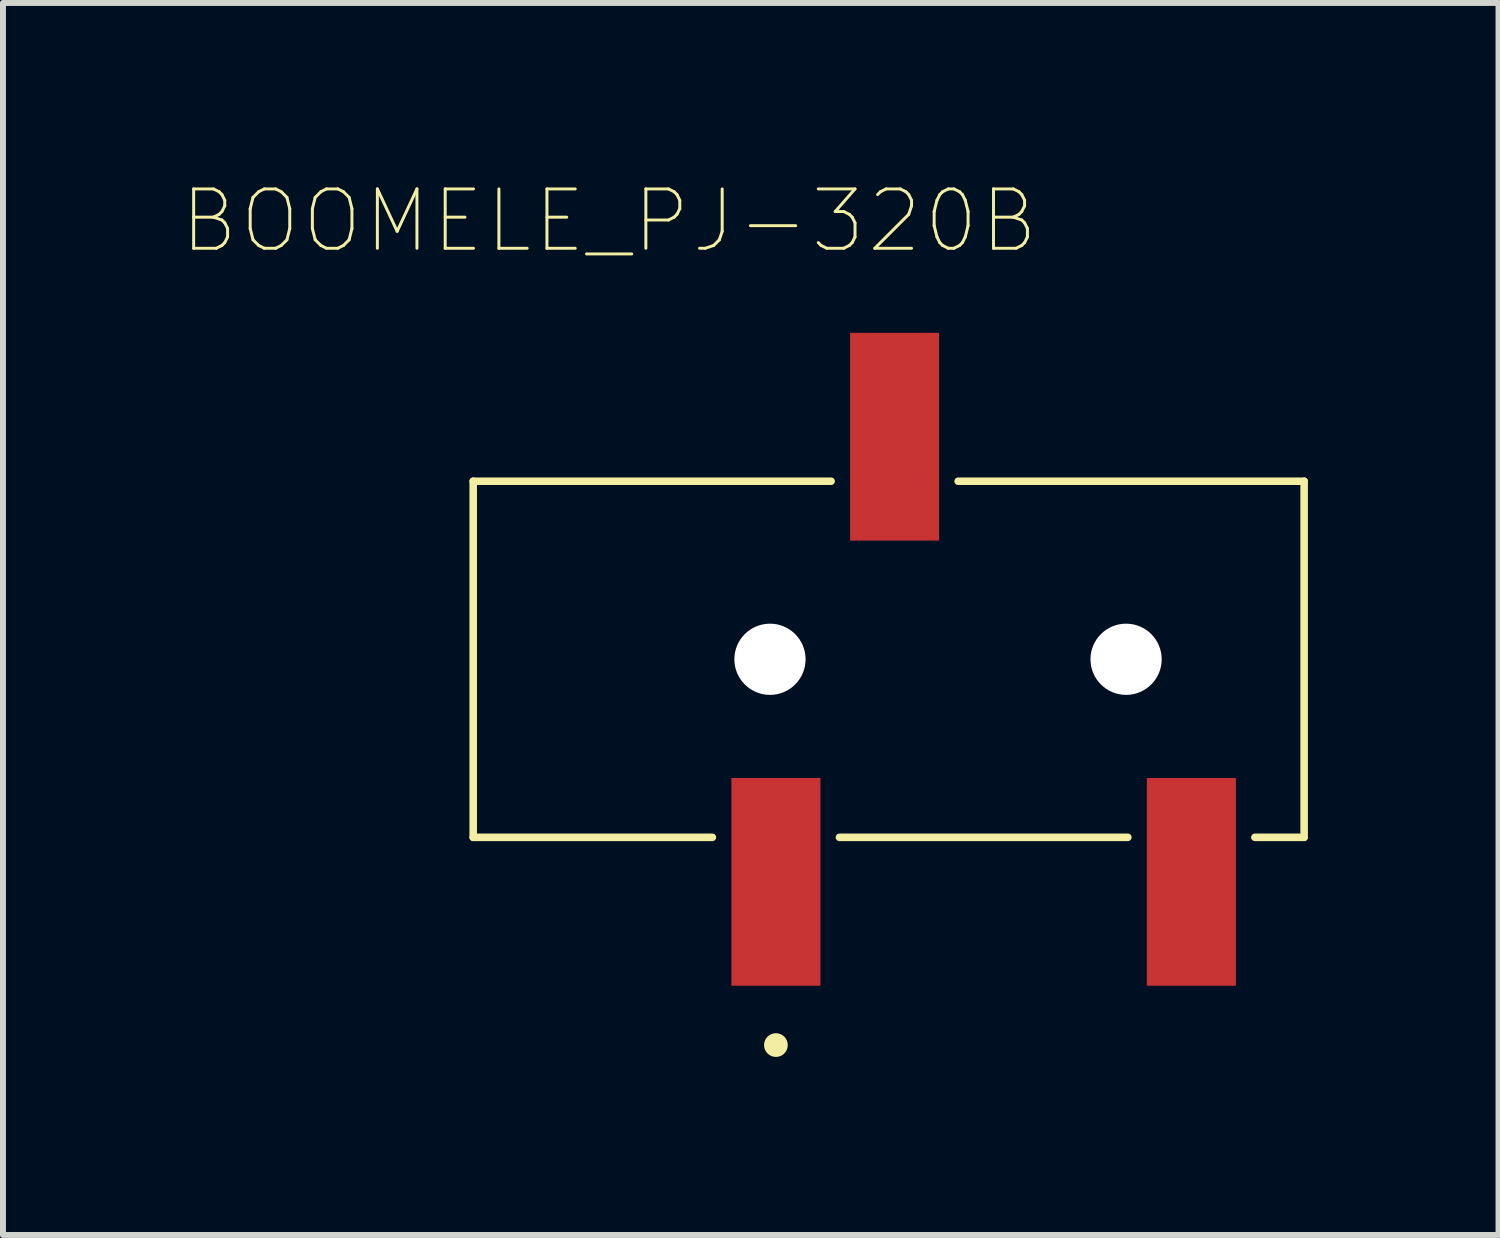
<source format=kicad_pcb>
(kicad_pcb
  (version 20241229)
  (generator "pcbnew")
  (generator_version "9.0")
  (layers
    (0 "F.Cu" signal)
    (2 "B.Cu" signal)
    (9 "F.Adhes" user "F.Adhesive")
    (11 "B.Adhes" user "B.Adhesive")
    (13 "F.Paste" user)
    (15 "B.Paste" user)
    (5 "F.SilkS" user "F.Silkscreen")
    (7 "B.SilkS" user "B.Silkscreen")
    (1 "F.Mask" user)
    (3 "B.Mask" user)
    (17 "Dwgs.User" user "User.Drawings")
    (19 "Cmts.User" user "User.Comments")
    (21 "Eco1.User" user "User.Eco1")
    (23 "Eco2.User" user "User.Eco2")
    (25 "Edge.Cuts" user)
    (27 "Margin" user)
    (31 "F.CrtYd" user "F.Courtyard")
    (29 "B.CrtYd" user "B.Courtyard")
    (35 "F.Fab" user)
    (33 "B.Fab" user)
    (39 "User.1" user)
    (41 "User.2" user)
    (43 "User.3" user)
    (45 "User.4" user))
  (footprint "BOOMELE_PJ-320B"
    (layer "F.Cu")
    (at 12.923 8.058)
    (property "Reference" "BOOMELE_PJ-320B" (at -5.71 -7.385 0) (unlocked yes) (layer "F.SilkS") (effects (font (size 1 1) (thickness 0.05))))
    (attr smd)
    (fp_line (start -8 -3) (end -1.97 -3) (stroke (width 0.127) (type solid)) (layer "F.SilkS"))
    (fp_line (start -8 3) (end -8 -3) (stroke (width 0.127) (type solid)) (layer "F.SilkS"))
    (fp_line (start -3.97 3) (end -8 3) (stroke (width 0.127) (type solid)) (layer "F.SilkS"))
    (fp_line (start -1.83 3) (end 3.03 3) (stroke (width 0.127) (type solid)) (layer "F.SilkS"))
    (fp_line (start 0.17 -3) (end 6 -3) (stroke (width 0.127) (type solid)) (layer "F.SilkS"))
    (fp_line (start 6 -3) (end 6 3) (stroke (width 0.127) (type solid)) (layer "F.SilkS"))
    (fp_line (start 6 3) (end 5.17 3) (stroke (width 0.127) (type solid)) (layer "F.SilkS"))
    (fp_circle (center -2.9 6.5) (end -2.8 6.5) (stroke (width 0.2) (type solid)) (fill no) (layer "F.SilkS"))
    (fp_line (start -8.25 -5.75) (end -8.25 5.75) (stroke (width 0.05) (type solid)) (layer "Eco1.User"))
    (fp_line (start -8.25 5.75) (end 6.25 5.75) (stroke (width 0.05) (type solid)) (layer "Eco1.User"))
    (fp_line (start 6.25 -5.75) (end -8.25 -5.75) (stroke (width 0.05) (type solid)) (layer "Eco1.User"))
    (fp_line (start 6.25 5.75) (end 6.25 -5.75) (stroke (width 0.05) (type solid)) (layer "Eco1.User"))
    (fp_line (start -8 -3) (end 6 -3) (stroke (width 0.127) (type solid)) (layer "Eco2.User"))
    (fp_line (start -8 3) (end -8 -3) (stroke (width 0.127) (type solid)) (layer "Eco2.User"))
    (fp_line (start 6 -3) (end 6 3) (stroke (width 0.127) (type solid)) (layer "Eco2.User"))
    (fp_line (start 6 3) (end -8 3) (stroke (width 0.127) (type solid)) (layer "Eco2.User"))
    (fp_circle (center -2.9 6.5) (end -2.8 6.5) (stroke (width 0.2) (type solid)) (fill no) (layer "Eco2.User"))
    (pad "" np_thru_hole circle (at -3 0) (size 1.2 1.2) (drill 1.2) (layers "*.Cu" "*.Mask"))
    (pad "" np_thru_hole circle (at 3 0) (size 1.2 1.2) (drill 1.2) (layers "*.Cu" "*.Mask"))
    (pad "1" smd rect (at -2.9 3.75) (size 1.5 3.5) (layers "F.Cu" "F.Paste"))
    (pad "2" smd rect (at -0.9 -3.75) (size 1.5 3.5) (layers "F.Cu" "F.Paste"))
    (pad "3" smd rect (at 4.1 3.75) (size 1.5 3.5) (layers "F.Cu" "F.Paste")))
  (gr_rect
    (start -3 -3)
    (end 22.198 17.758)
    (stroke (width 0.1) (type default))
    (fill no)
    (layer "Edge.Cuts")))
</source>
